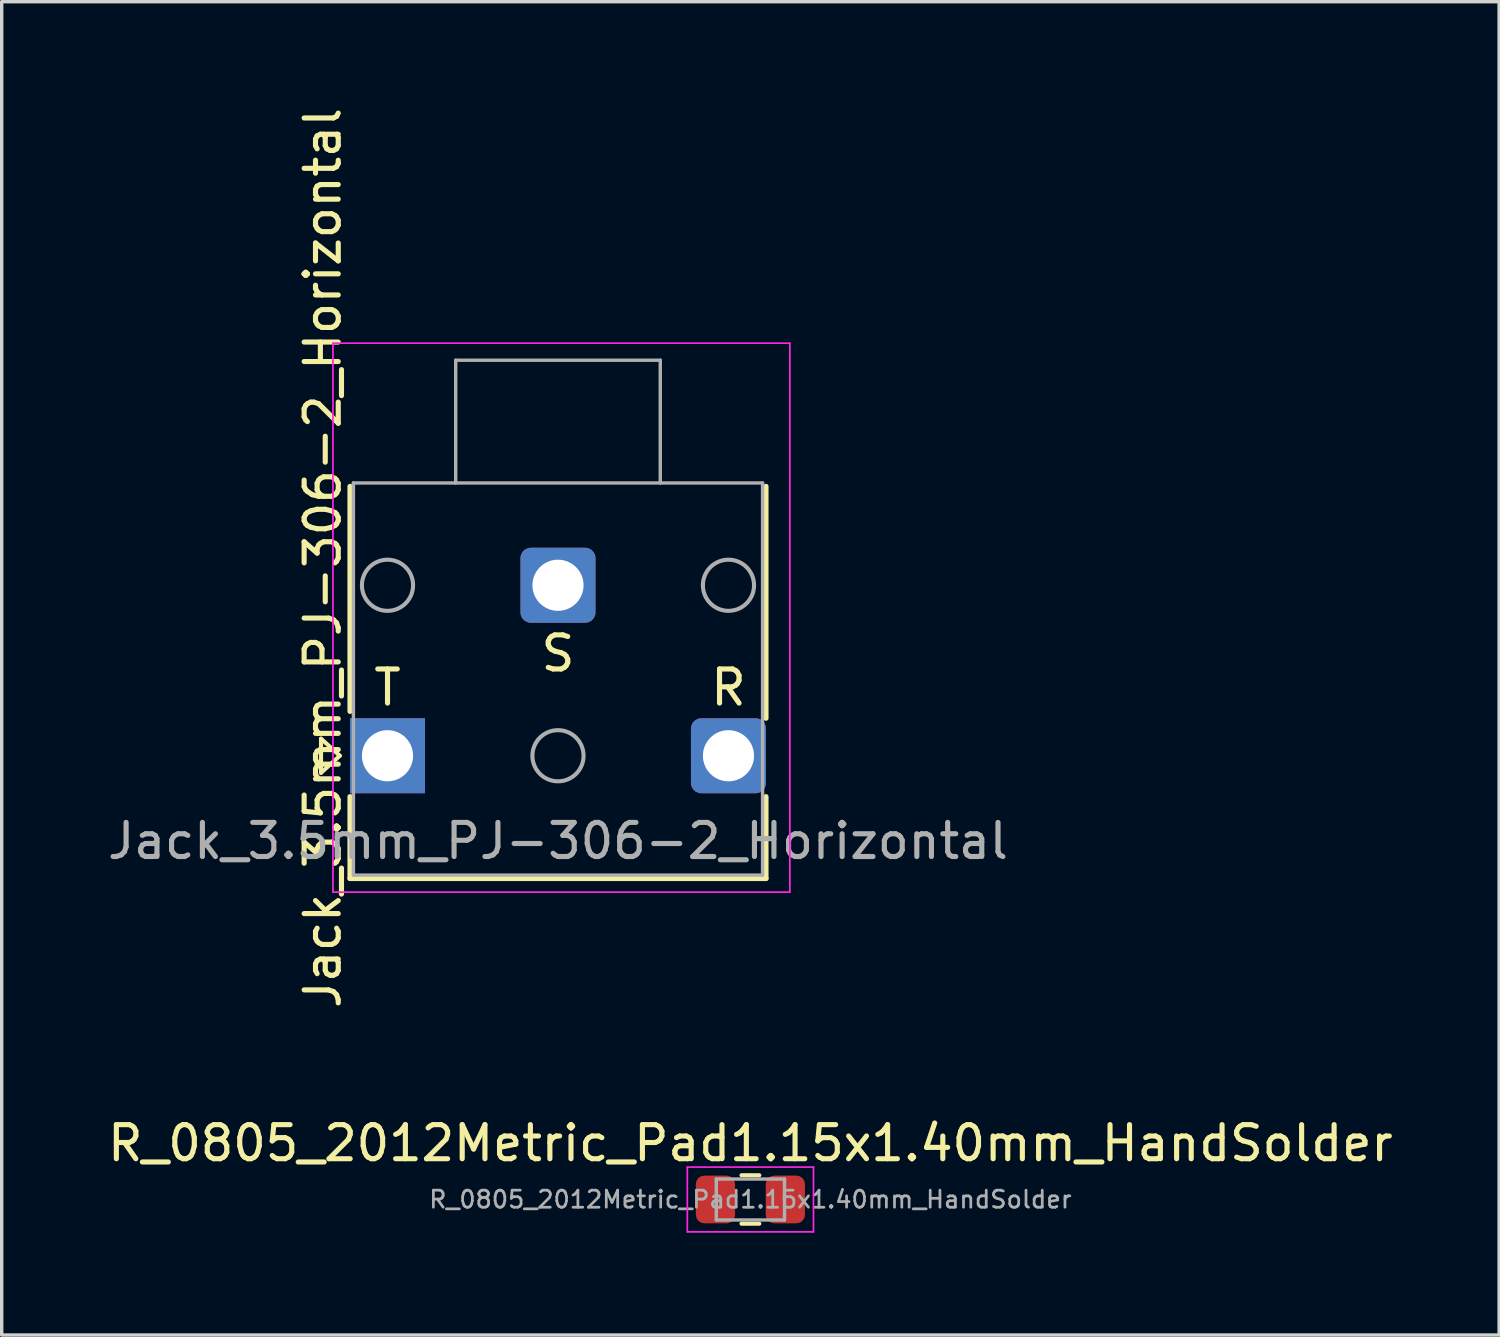
<source format=kicad_pcb>
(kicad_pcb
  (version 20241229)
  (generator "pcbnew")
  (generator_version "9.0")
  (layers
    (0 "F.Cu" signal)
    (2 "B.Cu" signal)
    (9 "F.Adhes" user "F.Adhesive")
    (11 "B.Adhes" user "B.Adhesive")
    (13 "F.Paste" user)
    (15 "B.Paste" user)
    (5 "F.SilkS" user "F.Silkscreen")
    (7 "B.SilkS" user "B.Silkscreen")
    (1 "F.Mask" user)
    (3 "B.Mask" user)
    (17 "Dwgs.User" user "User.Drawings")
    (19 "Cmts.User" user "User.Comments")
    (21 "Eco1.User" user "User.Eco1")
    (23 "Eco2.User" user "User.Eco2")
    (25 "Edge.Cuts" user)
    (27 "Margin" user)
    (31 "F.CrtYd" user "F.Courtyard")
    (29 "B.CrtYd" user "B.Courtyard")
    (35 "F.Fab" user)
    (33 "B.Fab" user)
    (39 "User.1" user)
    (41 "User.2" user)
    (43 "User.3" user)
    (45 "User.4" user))
  (footprint "Jack_3.5mm_PJ-306-2_Horizontal"
    (layer "F.Cu")
    (at 13.315 18.115)
    (property "Reference" "Jack_3.5mm_PJ-306-2_Horizontal" (at -6.9 -4.8 270) (layer "F.SilkS") (effects (font (size 1 1) (thickness 0.15))))
    (attr through_hole)
    (fp_line (start -6.95 0.5) (end -6.95 1.5) (stroke (width 0.12) (type solid)) (layer "F.SilkS"))
    (fp_line (start -6.95 1.5) (end -6.4 1) (stroke (width 0.12) (type solid)) (layer "F.SilkS"))
    (fp_line (start -6.4 1) (end -6.95 0.5) (stroke (width 0.12) (type solid)) (layer "F.SilkS"))
    (fp_line (start -6.1 -0.3) (end -6.1 -6.9) (stroke (width 0.15) (type solid)) (layer "F.SilkS"))
    (fp_line (start -6.1 2.2) (end -6.1 4.6) (stroke (width 0.15) (type solid)) (layer "F.SilkS"))
    (fp_line (start 6.1 -6.9) (end 6.1 -0.1) (stroke (width 0.15) (type solid)) (layer "F.SilkS"))
    (fp_line (start 6.1 2.2) (end 6.1 4.6) (stroke (width 0.15) (type solid)) (layer "F.SilkS"))
    (fp_line (start 6.1 4.6) (end -6.1 4.6) (stroke (width 0.15) (type solid)) (layer "F.SilkS"))
    (fp_line (start -6.6 -11.1) (end -6.6 5) (stroke (width 0.05) (type solid)) (layer "F.CrtYd"))
    (fp_line (start -6.6 5) (end 6.8 5) (stroke (width 0.05) (type solid)) (layer "F.CrtYd"))
    (fp_line (start 6.8 -11.1) (end -6.6 -11.1) (stroke (width 0.05) (type solid)) (layer "F.CrtYd"))
    (fp_line (start 6.8 5) (end 6.8 -11.1) (stroke (width 0.05) (type solid)) (layer "F.CrtYd"))
    (fp_line (start -6 -7) (end -6 4.5) (stroke (width 0.1) (type solid)) (layer "F.Fab"))
    (fp_line (start -6 4.5) (end 6 4.5) (stroke (width 0.1) (type solid)) (layer "F.Fab"))
    (fp_line (start -3 -10.6) (end -3 -7) (stroke (width 0.1) (type solid)) (layer "F.Fab"))
    (fp_line (start 3 -10.6) (end -3 -10.6) (stroke (width 0.1) (type solid)) (layer "F.Fab"))
    (fp_line (start 3 -10.6) (end 3 -7) (stroke (width 0.1) (type solid)) (layer "F.Fab"))
    (fp_line (start 6 -7) (end -6 -7) (stroke (width 0.1) (type solid)) (layer "F.Fab"))
    (fp_line (start 6 4.5) (end 6 -7) (stroke (width 0.1) (type solid)) (layer "F.Fab"))
    (fp_circle (center -5 -4) (end -4.25 -4) (stroke (width 0.12) (type solid)) (fill no) (layer "F.Fab"))
    (fp_circle (center 0 1) (end 0.75 1) (stroke (width 0.12) (type solid)) (fill no) (layer "F.Fab"))
    (fp_circle (center 5 -4) (end 5.75 -4) (stroke (width 0.12) (type solid)) (fill no) (layer "F.Fab"))
    (fp_text user "S" (at 0 -2 0) (layer "F.SilkS") (effects (font (size 1 1) (thickness 0.15))))
    (fp_text user "T" (at -5 -1 0) (layer "F.SilkS") (effects (font (size 1 1) (thickness 0.15))))
    (fp_text user "R" (at 5 -1 0) (layer "F.SilkS") (effects (font (size 1 1) (thickness 0.15))))
    (fp_text user "${REFERENCE}" (at 0 3.5 0) (layer "F.Fab") (effects (font (size 1 1) (thickness 0.15))))
    (pad "R" thru_hole roundrect (at 5 1) (size 2.2 2.2) (drill 1.5) (layers "*.Cu" "*.Mask") (roundrect_rratio 0.136))
    (pad "S" thru_hole roundrect (at 0 -4) (size 2.2 2.2) (drill 1.5) (layers "*.Cu" "*.Mask") (roundrect_rratio 0.136))
    (pad "T" thru_hole rect (at -5 1) (size 2.2 2.2) (drill 1.5) (layers "*.Cu" "*.Mask")))
  (footprint "R_0805_2012Metric_Pad1.15x1.40mm_HandSolder"
    (layer "F.Cu")
    (at 18.958 32.129)
    (property "Reference" "R_0805_2012Metric_Pad1.15x1.40mm_HandSolder" (at 0 -1.65 0) (layer "F.SilkS") (effects (font (size 1 1) (thickness 0.15))))
    (attr smd)
    (fp_line (start -0.261 -0.71) (end 0.261 -0.71) (stroke (width 0.12) (type solid)) (layer "F.SilkS"))
    (fp_line (start -0.261 0.71) (end 0.261 0.71) (stroke (width 0.12) (type solid)) (layer "F.SilkS"))
    (fp_line (start -1.85 -0.95) (end 1.85 -0.95) (stroke (width 0.05) (type solid)) (layer "F.CrtYd"))
    (fp_line (start -1.85 0.95) (end -1.85 -0.95) (stroke (width 0.05) (type solid)) (layer "F.CrtYd"))
    (fp_line (start 1.85 -0.95) (end 1.85 0.95) (stroke (width 0.05) (type solid)) (layer "F.CrtYd"))
    (fp_line (start 1.85 0.95) (end -1.85 0.95) (stroke (width 0.05) (type solid)) (layer "F.CrtYd"))
    (fp_line (start -1 -0.6) (end 1 -0.6) (stroke (width 0.1) (type solid)) (layer "F.Fab"))
    (fp_line (start -1 0.6) (end -1 -0.6) (stroke (width 0.1) (type solid)) (layer "F.Fab"))
    (fp_line (start 1 -0.6) (end 1 0.6) (stroke (width 0.1) (type solid)) (layer "F.Fab"))
    (fp_line (start 1 0.6) (end -1 0.6) (stroke (width 0.1) (type solid)) (layer "F.Fab"))
    (fp_text user "${REFERENCE}" (at 0 0 0) (layer "F.Fab") (effects (font (size 0.5 0.5) (thickness 0.08))))
    (pad "1" smd roundrect (at -1.025 0) (size 1.15 1.4) (layers "F.Cu" "F.Mask" "F.Paste") (roundrect_rratio 0.217))
    (pad "2" smd roundrect (at 1.025 0) (size 1.15 1.4) (layers "F.Cu" "F.Mask" "F.Paste") (roundrect_rratio 0.217)))
  (gr_rect
    (start -3 -3)
    (end 40.917 36.104)
    (stroke (width 0.1) (type default))
    (fill no)
    (layer "Edge.Cuts")))
</source>
